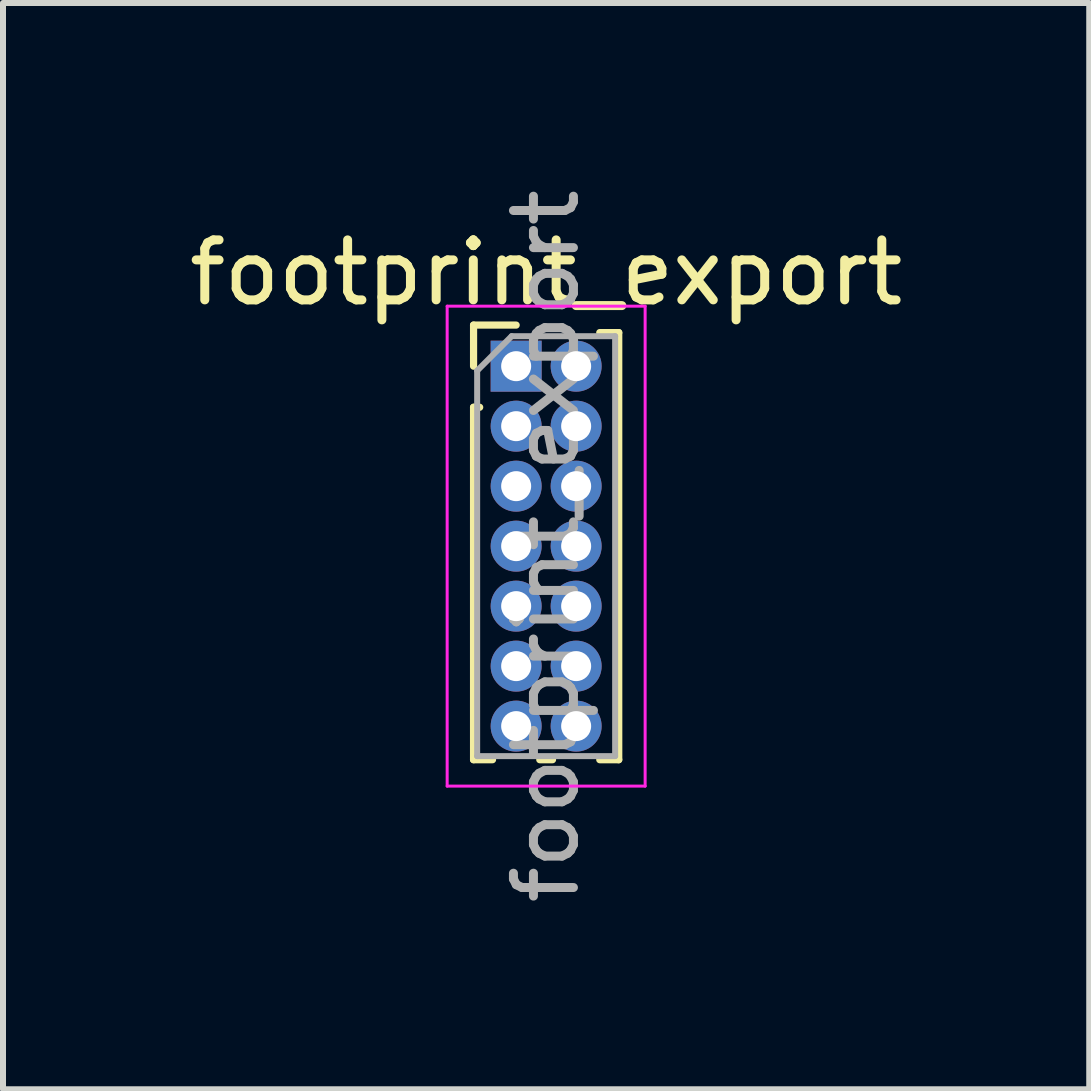
<source format=kicad_pcb>
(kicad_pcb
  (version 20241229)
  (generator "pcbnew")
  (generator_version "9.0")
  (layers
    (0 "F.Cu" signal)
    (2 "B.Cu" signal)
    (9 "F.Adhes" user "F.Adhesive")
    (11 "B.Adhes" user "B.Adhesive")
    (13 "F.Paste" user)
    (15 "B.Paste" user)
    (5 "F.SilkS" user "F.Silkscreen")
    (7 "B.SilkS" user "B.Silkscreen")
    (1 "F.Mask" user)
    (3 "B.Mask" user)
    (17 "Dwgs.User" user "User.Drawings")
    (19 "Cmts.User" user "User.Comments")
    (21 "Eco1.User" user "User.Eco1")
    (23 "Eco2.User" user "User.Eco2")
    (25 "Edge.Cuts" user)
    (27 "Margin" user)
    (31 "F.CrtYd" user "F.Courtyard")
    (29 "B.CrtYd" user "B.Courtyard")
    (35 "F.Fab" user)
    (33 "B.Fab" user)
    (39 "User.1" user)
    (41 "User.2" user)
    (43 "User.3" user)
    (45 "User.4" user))
  (footprint "footprint_export"
    (layer "F.Cu")
    (at 5.554 3.054)
    (property "Reference" "footprint_export" (at 0.5 -1.56 0) (layer "F.SilkS") (effects (font (size 1 1) (thickness 0.15))))
    (attr through_hole)
    (fp_line (start -0.71 -0.685) (end 0 -0.685) (stroke (width 0.12) (type solid)) (layer "F.SilkS"))
    (fp_line (start -0.71 0) (end -0.71 -0.685) (stroke (width 0.12) (type solid)) (layer "F.SilkS"))
    (fp_line (start -0.71 0.685) (end -0.71 6.56) (stroke (width 0.12) (type solid)) (layer "F.SilkS"))
    (fp_line (start -0.71 0.685) (end -0.608 0.685) (stroke (width 0.12) (type solid)) (layer "F.SilkS"))
    (fp_line (start -0.71 6.56) (end -0.394 6.56) (stroke (width 0.12) (type solid)) (layer "F.SilkS"))
    (fp_line (start 0.394 6.56) (end 0.606 6.56) (stroke (width 0.12) (type solid)) (layer "F.SilkS"))
    (fp_line (start 1.394 -0.56) (end 1.71 -0.56) (stroke (width 0.12) (type solid)) (layer "F.SilkS"))
    (fp_line (start 1.394 6.56) (end 1.71 6.56) (stroke (width 0.12) (type solid)) (layer "F.SilkS"))
    (fp_line (start 1.71 -0.56) (end 1.71 6.56) (stroke (width 0.12) (type solid)) (layer "F.SilkS"))
    (fp_line (start -1.15 -1) (end -1.15 7) (stroke (width 0.05) (type solid)) (layer "F.CrtYd"))
    (fp_line (start -1.15 7) (end 2.15 7) (stroke (width 0.05) (type solid)) (layer "F.CrtYd"))
    (fp_line (start 2.15 -1) (end -1.15 -1) (stroke (width 0.05) (type solid)) (layer "F.CrtYd"))
    (fp_line (start 2.15 7) (end 2.15 -1) (stroke (width 0.05) (type solid)) (layer "F.CrtYd"))
    (fp_line (start -0.65 0.075) (end -0.075 -0.5) (stroke (width 0.1) (type solid)) (layer "F.Fab"))
    (fp_line (start -0.65 6.5) (end -0.65 0.075) (stroke (width 0.1) (type solid)) (layer "F.Fab"))
    (fp_line (start -0.075 -0.5) (end 1.65 -0.5) (stroke (width 0.1) (type solid)) (layer "F.Fab"))
    (fp_line (start 1.65 -0.5) (end 1.65 6.5) (stroke (width 0.1) (type solid)) (layer "F.Fab"))
    (fp_line (start 1.65 6.5) (end -0.65 6.5) (stroke (width 0.1) (type solid)) (layer "F.Fab"))
    (fp_text user "${REFERENCE}" (at 0.5 3 90) (layer "F.Fab") (effects (font (size 1 1) (thickness 0.15))))
    (pad "1" thru_hole rect (at 0 0) (size 0.85 0.85) (drill 0.5) (layers "*.Cu" "*.Mask"))
    (pad "2" thru_hole oval (at 1 0) (size 0.85 0.85) (drill 0.5) (layers "*.Cu" "*.Mask"))
    (pad "3" thru_hole oval (at 0 1) (size 0.85 0.85) (drill 0.5) (layers "*.Cu" "*.Mask"))
    (pad "4" thru_hole oval (at 1 1) (size 0.85 0.85) (drill 0.5) (layers "*.Cu" "*.Mask"))
    (pad "5" thru_hole oval (at 0 2) (size 0.85 0.85) (drill 0.5) (layers "*.Cu" "*.Mask"))
    (pad "6" thru_hole oval (at 1 2) (size 0.85 0.85) (drill 0.5) (layers "*.Cu" "*.Mask"))
    (pad "7" thru_hole oval (at 0 3) (size 0.85 0.85) (drill 0.5) (layers "*.Cu" "*.Mask"))
    (pad "8" thru_hole oval (at 1 3) (size 0.85 0.85) (drill 0.5) (layers "*.Cu" "*.Mask"))
    (pad "9" thru_hole oval (at 0 4) (size 0.85 0.85) (drill 0.5) (layers "*.Cu" "*.Mask"))
    (pad "10" thru_hole oval (at 1 4) (size 0.85 0.85) (drill 0.5) (layers "*.Cu" "*.Mask"))
    (pad "11" thru_hole oval (at 0 5) (size 0.85 0.85) (drill 0.5) (layers "*.Cu" "*.Mask"))
    (pad "12" thru_hole oval (at 1 5) (size 0.85 0.85) (drill 0.5) (layers "*.Cu" "*.Mask"))
    (pad "13" thru_hole oval (at 0 6) (size 0.85 0.85) (drill 0.5) (layers "*.Cu" "*.Mask"))
    (pad "14" thru_hole oval (at 1 6) (size 0.85 0.85) (drill 0.5) (layers "*.Cu" "*.Mask")))
  (gr_rect
    (start -3 -3)
    (end 15.107 15.107)
    (stroke (width 0.1) (type default))
    (fill no)
    (layer "Edge.Cuts")))
</source>
